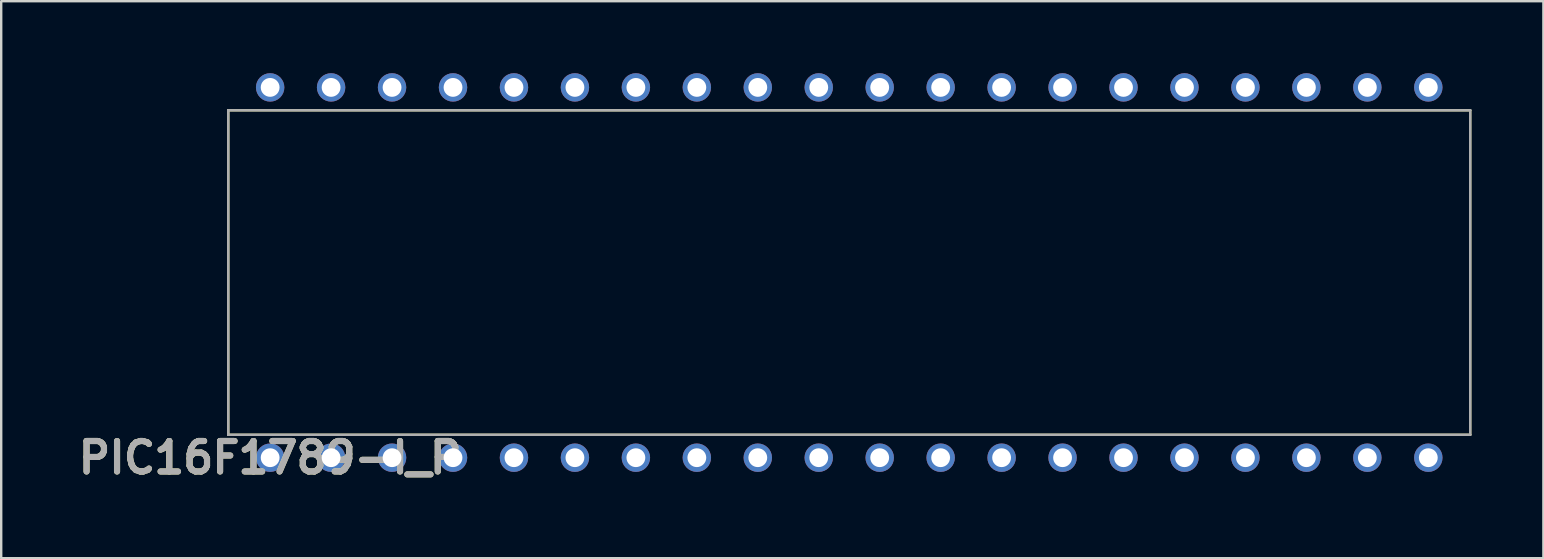
<source format=kicad_pcb>
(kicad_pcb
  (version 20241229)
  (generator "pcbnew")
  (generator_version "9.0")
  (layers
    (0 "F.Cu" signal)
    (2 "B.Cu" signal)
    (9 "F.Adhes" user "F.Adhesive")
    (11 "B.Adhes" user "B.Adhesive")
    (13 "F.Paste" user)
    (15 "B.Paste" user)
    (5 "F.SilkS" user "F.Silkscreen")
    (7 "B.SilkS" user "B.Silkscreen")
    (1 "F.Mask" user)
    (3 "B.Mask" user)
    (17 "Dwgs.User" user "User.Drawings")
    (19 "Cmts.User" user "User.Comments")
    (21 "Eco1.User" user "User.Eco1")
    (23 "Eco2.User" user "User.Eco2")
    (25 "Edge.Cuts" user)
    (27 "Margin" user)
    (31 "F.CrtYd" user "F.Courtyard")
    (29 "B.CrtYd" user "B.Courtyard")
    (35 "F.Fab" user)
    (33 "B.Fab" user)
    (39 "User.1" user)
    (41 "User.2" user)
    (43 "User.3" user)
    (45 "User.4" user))
  (footprint "PIC16F1789-I_P"
    (layer "F.Cu")
    (at 8.207 16.022)
    (property "Reference" "PIC16F1789-I_P" (at 0 0 0) (layer "F.SilkS") (effects (font (size 1.27 1.27) (thickness 0.254))))
    (attr through_hole)
    (fp_line (start -1.746 -14.478) (end -1.746 -0.953) (stroke (width 0.1) (type solid)) (layer "F.SilkS"))
    (fp_line (start -1.746 -0.953) (end 50.006 -0.953) (stroke (width 0.1) (type solid)) (layer "F.SilkS"))
    (fp_line (start 50.006 -14.478) (end -1.746 -14.478) (stroke (width 0.1) (type solid)) (layer "F.SilkS"))
    (fp_line (start 50.006 -0.953) (end 50.006 -14.478) (stroke (width 0.1) (type solid)) (layer "F.SilkS"))
    (fp_line (start -1.746 -14.478) (end -1.746 -0.953) (stroke (width 0.1) (type solid)) (layer "F.Fab"))
    (fp_line (start -1.746 -0.953) (end 50.006 -0.953) (stroke (width 0.1) (type solid)) (layer "F.Fab"))
    (fp_line (start 50.006 -14.478) (end -1.746 -14.478) (stroke (width 0.1) (type solid)) (layer "F.Fab"))
    (fp_line (start 50.006 -0.953) (end 50.006 -14.478) (stroke (width 0.1) (type solid)) (layer "F.Fab"))
    (fp_text user "${REFERENCE}" (at 0 0 0) (layer "F.Fab") (effects (font (size 1.27 1.27) (thickness 0.254))))
    (pad "1" thru_hole circle (at 0 0) (size 1.184 1.184) (drill 0.784) (layers "*.Cu" "*.Mask"))
    (pad "2" thru_hole circle (at 2.54 0) (size 1.184 1.184) (drill 0.784) (layers "*.Cu" "*.Mask"))
    (pad "3" thru_hole circle (at 5.08 0) (size 1.184 1.184) (drill 0.784) (layers "*.Cu" "*.Mask"))
    (pad "4" thru_hole circle (at 7.62 0) (size 1.184 1.184) (drill 0.784) (layers "*.Cu" "*.Mask"))
    (pad "5" thru_hole circle (at 10.16 0) (size 1.184 1.184) (drill 0.784) (layers "*.Cu" "*.Mask"))
    (pad "6" thru_hole circle (at 12.7 0) (size 1.184 1.184) (drill 0.784) (layers "*.Cu" "*.Mask"))
    (pad "7" thru_hole circle (at 15.24 0) (size 1.184 1.184) (drill 0.784) (layers "*.Cu" "*.Mask"))
    (pad "8" thru_hole circle (at 17.78 0) (size 1.184 1.184) (drill 0.784) (layers "*.Cu" "*.Mask"))
    (pad "9" thru_hole circle (at 20.32 0) (size 1.184 1.184) (drill 0.784) (layers "*.Cu" "*.Mask"))
    (pad "10" thru_hole circle (at 22.86 0) (size 1.184 1.184) (drill 0.784) (layers "*.Cu" "*.Mask"))
    (pad "11" thru_hole circle (at 25.4 0) (size 1.184 1.184) (drill 0.784) (layers "*.Cu" "*.Mask"))
    (pad "12" thru_hole circle (at 27.94 0) (size 1.184 1.184) (drill 0.784) (layers "*.Cu" "*.Mask"))
    (pad "13" thru_hole circle (at 30.48 0) (size 1.184 1.184) (drill 0.784) (layers "*.Cu" "*.Mask"))
    (pad "14" thru_hole circle (at 33.02 0) (size 1.184 1.184) (drill 0.784) (layers "*.Cu" "*.Mask"))
    (pad "15" thru_hole circle (at 35.56 0) (size 1.184 1.184) (drill 0.784) (layers "*.Cu" "*.Mask"))
    (pad "16" thru_hole circle (at 38.1 0) (size 1.184 1.184) (drill 0.784) (layers "*.Cu" "*.Mask"))
    (pad "17" thru_hole circle (at 40.64 0) (size 1.184 1.184) (drill 0.784) (layers "*.Cu" "*.Mask"))
    (pad "18" thru_hole circle (at 43.18 0) (size 1.184 1.184) (drill 0.784) (layers "*.Cu" "*.Mask"))
    (pad "19" thru_hole circle (at 45.72 0) (size 1.184 1.184) (drill 0.784) (layers "*.Cu" "*.Mask"))
    (pad "20" thru_hole circle (at 48.26 0) (size 1.184 1.184) (drill 0.784) (layers "*.Cu" "*.Mask"))
    (pad "21" thru_hole circle (at 48.26 -15.43) (size 1.184 1.184) (drill 0.784) (layers "*.Cu" "*.Mask"))
    (pad "22" thru_hole circle (at 45.72 -15.43) (size 1.184 1.184) (drill 0.784) (layers "*.Cu" "*.Mask"))
    (pad "23" thru_hole circle (at 43.18 -15.43) (size 1.184 1.184) (drill 0.784) (layers "*.Cu" "*.Mask"))
    (pad "24" thru_hole circle (at 40.64 -15.43) (size 1.184 1.184) (drill 0.784) (layers "*.Cu" "*.Mask"))
    (pad "25" thru_hole circle (at 38.1 -15.43) (size 1.184 1.184) (drill 0.784) (layers "*.Cu" "*.Mask"))
    (pad "26" thru_hole circle (at 35.56 -15.43) (size 1.184 1.184) (drill 0.784) (layers "*.Cu" "*.Mask"))
    (pad "27" thru_hole circle (at 33.02 -15.43) (size 1.184 1.184) (drill 0.784) (layers "*.Cu" "*.Mask"))
    (pad "28" thru_hole circle (at 30.48 -15.43) (size 1.184 1.184) (drill 0.784) (layers "*.Cu" "*.Mask"))
    (pad "29" thru_hole circle (at 27.94 -15.43) (size 1.184 1.184) (drill 0.784) (layers "*.Cu" "*.Mask"))
    (pad "30" thru_hole circle (at 25.4 -15.43) (size 1.184 1.184) (drill 0.784) (layers "*.Cu" "*.Mask"))
    (pad "31" thru_hole circle (at 22.86 -15.43) (size 1.184 1.184) (drill 0.784) (layers "*.Cu" "*.Mask"))
    (pad "32" thru_hole circle (at 20.32 -15.43) (size 1.184 1.184) (drill 0.784) (layers "*.Cu" "*.Mask"))
    (pad "33" thru_hole circle (at 17.78 -15.43) (size 1.184 1.184) (drill 0.784) (layers "*.Cu" "*.Mask"))
    (pad "34" thru_hole circle (at 15.24 -15.43) (size 1.184 1.184) (drill 0.784) (layers "*.Cu" "*.Mask"))
    (pad "35" thru_hole circle (at 12.7 -15.43) (size 1.184 1.184) (drill 0.784) (layers "*.Cu" "*.Mask"))
    (pad "36" thru_hole circle (at 10.16 -15.43) (size 1.184 1.184) (drill 0.784) (layers "*.Cu" "*.Mask"))
    (pad "37" thru_hole circle (at 7.62 -15.43) (size 1.184 1.184) (drill 0.784) (layers "*.Cu" "*.Mask"))
    (pad "38" thru_hole circle (at 5.08 -15.43) (size 1.184 1.184) (drill 0.784) (layers "*.Cu" "*.Mask"))
    (pad "39" thru_hole circle (at 2.54 -15.43) (size 1.184 1.184) (drill 0.784) (layers "*.Cu" "*.Mask"))
    (pad "40" thru_hole circle (at 0 -15.43) (size 1.184 1.184) (drill 0.784) (layers "*.Cu" "*.Mask")))
  (gr_rect
    (start -3 -3)
    (end 61.263 20.211)
    (stroke (width 0.1) (type default))
    (fill no)
    (layer "Edge.Cuts")))
</source>
